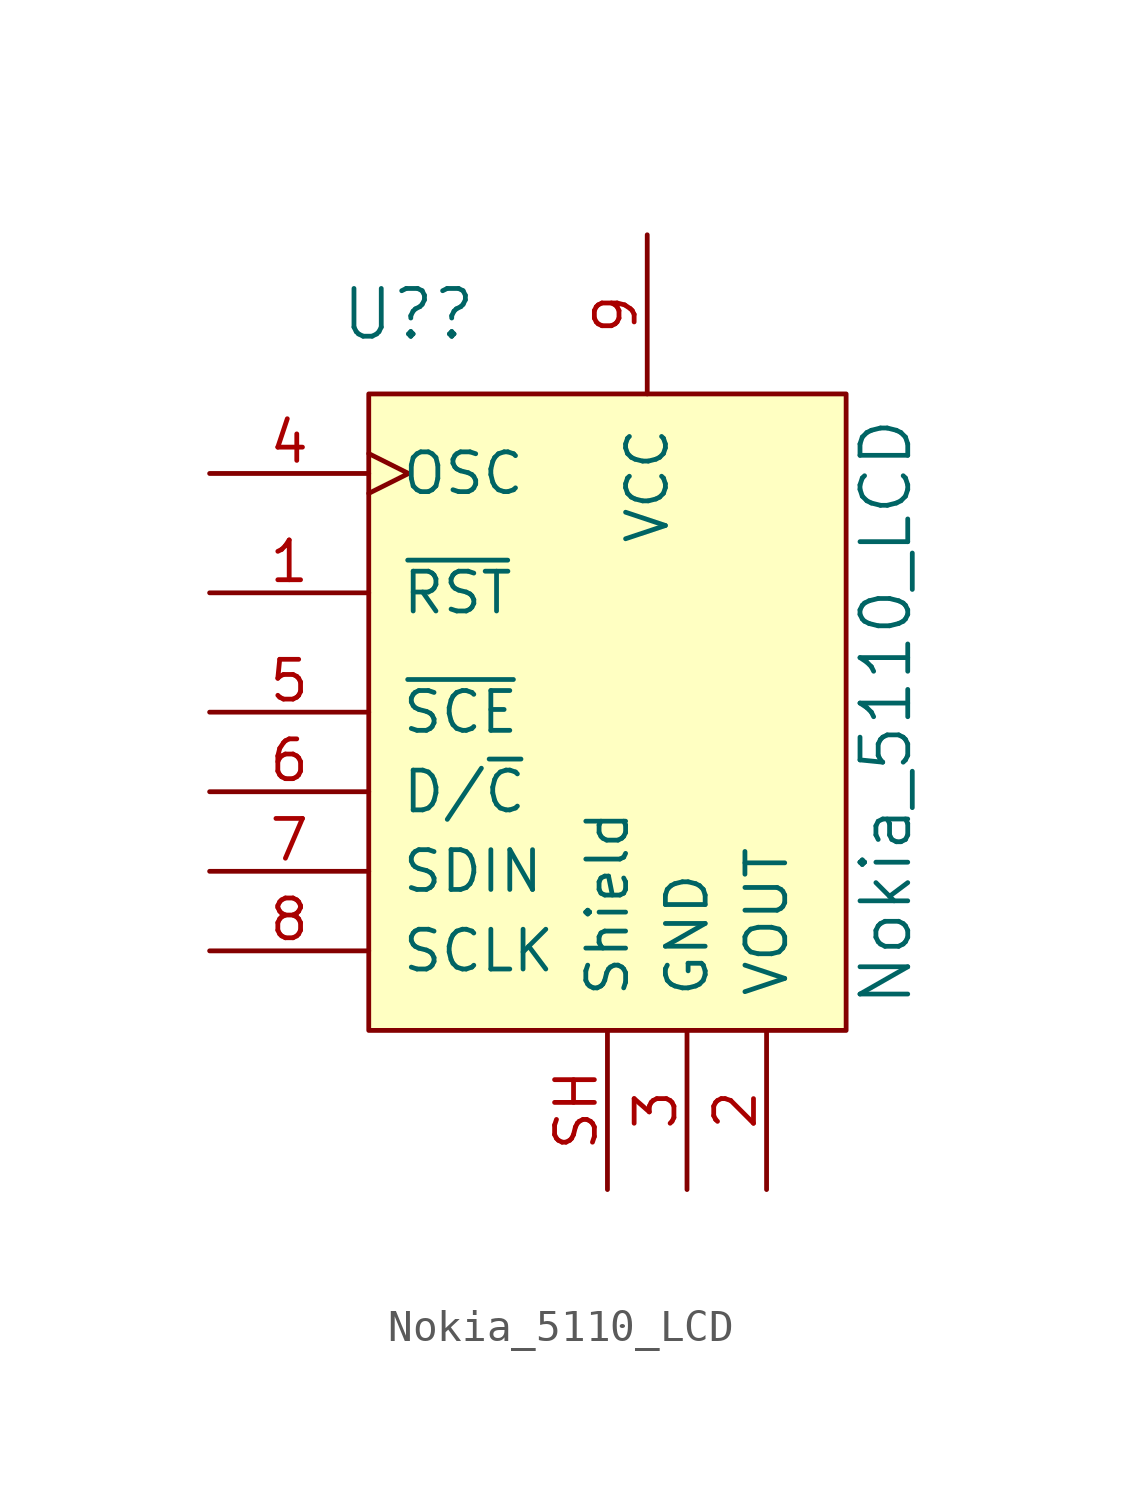
<source format=kicad_sym>
(kicad_symbol_lib
  (version 20211014)
  (generator kicad_symbol_editor)
  (symbol "Nokia_5110_LCD"
    (pin_names
      (offset 1.016))
    (property "Reference" "U?"
      (at -5.08 13.97 0)
      (effects (font (size 1.524 1.524))))
    (property "Value" "Nokia_5110_LCD"
      (at 10.16 1.27 90)
      (effects (font (size 1.524 1.524))))
    (property "Datasheet" ""
      (at -2.54 0 0)
      (effects (font (size 1.524 1.524))))
    (symbol "Nokia_5110_LCD_0_1"
      (rectangle (start -6.35 11.43) (end 8.89 -8.89) (stroke (width 0) (type default) (color 0 0 0 0)) (fill (type background))))
    (symbol "Nokia_5110_LCD_1_1"
      (pin input line (at -11.43 5.08 0) (length 5.08) (name "~{RST}" (effects (font (size 1.27 1.27)))) (number "1" (effects (font (size 1.27 1.27)))))
      (pin passive line (at 6.35 -13.97 90) (length 5.08) (name "VOUT" (effects (font (size 1.27 1.27)))) (number "2" (effects (font (size 1.27 1.27)))))
      (pin power_in line (at 3.81 -13.97 90) (length 5.08) (name "GND" (effects (font (size 1.27 1.27)))) (number "3" (effects (font (size 1.27 1.27)))))
      (pin input clock (at -11.43 8.89 0) (length 5.08) (name "OSC" (effects (font (size 1.27 1.27)))) (number "4" (effects (font (size 1.27 1.27)))))
      (pin passive line (at -11.43 1.27 0) (length 5.08) (name "~{SCE}" (effects (font (size 1.27 1.27)))) (number "5" (effects (font (size 1.27 1.27)))))
      (pin input line (at -11.43 -1.27 0) (length 5.08) (name "D/~{C}" (effects (font (size 1.27 1.27)))) (number "6" (effects (font (size 1.27 1.27)))))
      (pin input line (at -11.43 -3.81 0) (length 5.08) (name "SDIN" (effects (font (size 1.27 1.27)))) (number "7" (effects (font (size 1.27 1.27)))))
      (pin input line (at -11.43 -6.35 0) (length 5.08) (name "SCLK" (effects (font (size 1.27 1.27)))) (number "8" (effects (font (size 1.27 1.27)))))
      (pin power_in line (at 2.54 16.51 270) (length 5.08) (name "VCC" (effects (font (size 1.27 1.27)))) (number "9" (effects (font (size 1.27 1.27)))))
      (pin passive line (at 1.27 -13.97 90) (length 5.08) (name "Shield" (effects (font (size 1.27 1.27)))) (number "SH" (effects (font (size 1.27 1.27))))))))
</source>
